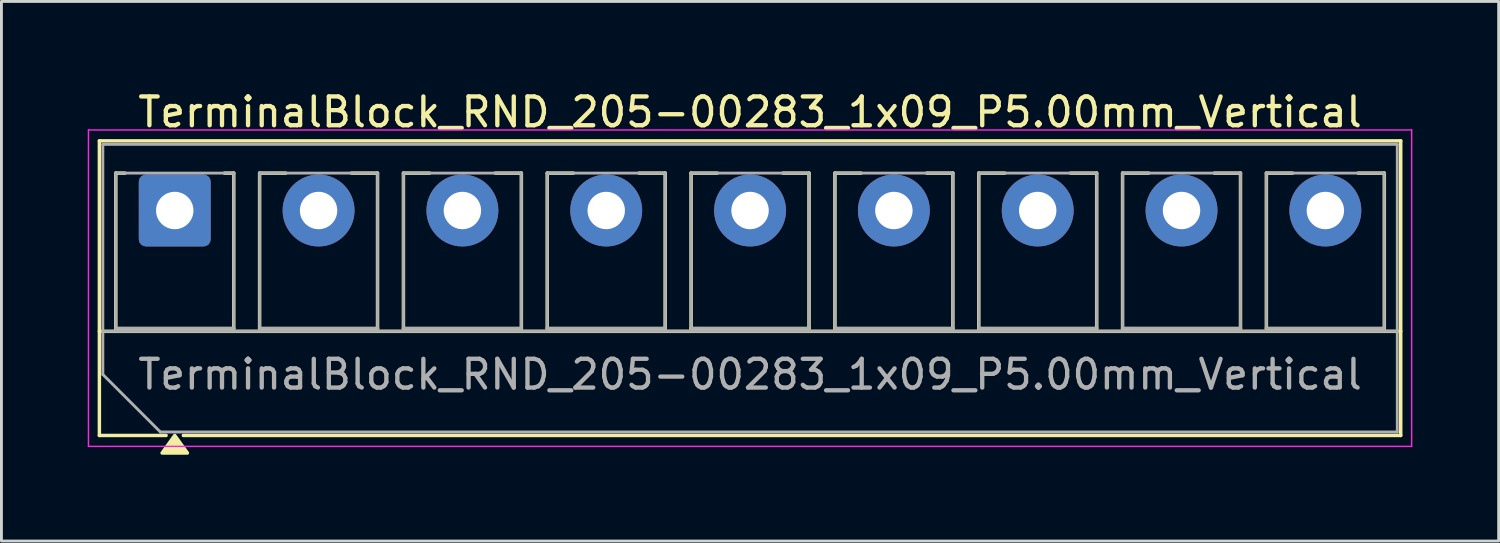
<source format=kicad_pcb>
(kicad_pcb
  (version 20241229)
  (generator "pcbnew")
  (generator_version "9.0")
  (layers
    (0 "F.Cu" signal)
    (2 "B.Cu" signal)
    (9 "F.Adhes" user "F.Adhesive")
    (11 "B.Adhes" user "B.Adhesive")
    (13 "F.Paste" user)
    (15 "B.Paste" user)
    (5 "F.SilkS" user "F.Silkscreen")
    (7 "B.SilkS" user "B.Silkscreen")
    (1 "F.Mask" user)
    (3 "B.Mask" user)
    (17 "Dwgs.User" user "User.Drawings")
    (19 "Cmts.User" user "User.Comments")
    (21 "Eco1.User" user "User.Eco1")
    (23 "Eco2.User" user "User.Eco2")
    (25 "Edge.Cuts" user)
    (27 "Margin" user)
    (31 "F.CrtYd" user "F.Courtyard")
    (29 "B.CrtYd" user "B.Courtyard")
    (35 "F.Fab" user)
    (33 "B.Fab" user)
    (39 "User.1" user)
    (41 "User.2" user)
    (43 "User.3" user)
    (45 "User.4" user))
  (footprint "TerminalBlock_RND_205-00283_1x09_P5.00mm_Vertical"
    (layer "F.Cu")
    (at 3.025 4.268)
    (property "Reference" "TerminalBlock_RND_205-00283_1x09_P5.00mm_Vertical" (at 20 -3.42 0) (layer "F.SilkS") (effects (font (size 1 1) (thickness 0.15))))
    (attr through_hole)
    (fp_line (start -2.62 -2.42) (end 42.62 -2.42) (stroke (width 0.12) (type solid)) (layer "F.SilkS"))
    (fp_line (start -2.62 4.2) (end 42.62 4.2) (stroke (width 0.12) (type solid)) (layer "F.SilkS"))
    (fp_line (start -2.62 7.82) (end -2.62 -2.42) (stroke (width 0.12) (type solid)) (layer "F.SilkS"))
    (fp_line (start -2.05 -1.3) (end -1.73 -1.3) (stroke (width 0.12) (type solid)) (layer "F.SilkS"))
    (fp_line (start -2.05 4.1) (end -2.05 -1.3) (stroke (width 0.12) (type solid)) (layer "F.SilkS"))
    (fp_line (start -0.3 7.82) (end -2.62 7.82) (stroke (width 0.12) (type solid)) (layer "F.SilkS"))
    (fp_line (start 1.73 -1.3) (end 2.05 -1.3) (stroke (width 0.12) (type solid)) (layer "F.SilkS"))
    (fp_line (start 2.05 -1.3) (end 2.05 4.1) (stroke (width 0.12) (type solid)) (layer "F.SilkS"))
    (fp_line (start 2.05 4.1) (end -2.05 4.1) (stroke (width 0.12) (type solid)) (layer "F.SilkS"))
    (fp_line (start 2.95 -1.3) (end 3.859 -1.3) (stroke (width 0.12) (type solid)) (layer "F.SilkS"))
    (fp_line (start 2.95 4.1) (end 2.95 -1.3) (stroke (width 0.12) (type solid)) (layer "F.SilkS"))
    (fp_line (start 6.141 -1.3) (end 7.05 -1.3) (stroke (width 0.12) (type solid)) (layer "F.SilkS"))
    (fp_line (start 7.05 -1.3) (end 7.05 4.1) (stroke (width 0.12) (type solid)) (layer "F.SilkS"))
    (fp_line (start 7.05 4.1) (end 2.95 4.1) (stroke (width 0.12) (type solid)) (layer "F.SilkS"))
    (fp_line (start 7.95 -1.3) (end 8.859 -1.3) (stroke (width 0.12) (type solid)) (layer "F.SilkS"))
    (fp_line (start 7.95 4.1) (end 7.95 -1.3) (stroke (width 0.12) (type solid)) (layer "F.SilkS"))
    (fp_line (start 11.141 -1.3) (end 12.05 -1.3) (stroke (width 0.12) (type solid)) (layer "F.SilkS"))
    (fp_line (start 12.05 -1.3) (end 12.05 4.1) (stroke (width 0.12) (type solid)) (layer "F.SilkS"))
    (fp_line (start 12.05 4.1) (end 7.95 4.1) (stroke (width 0.12) (type solid)) (layer "F.SilkS"))
    (fp_line (start 12.95 -1.3) (end 13.859 -1.3) (stroke (width 0.12) (type solid)) (layer "F.SilkS"))
    (fp_line (start 12.95 4.1) (end 12.95 -1.3) (stroke (width 0.12) (type solid)) (layer "F.SilkS"))
    (fp_line (start 16.141 -1.3) (end 17.05 -1.3) (stroke (width 0.12) (type solid)) (layer "F.SilkS"))
    (fp_line (start 17.05 -1.3) (end 17.05 4.1) (stroke (width 0.12) (type solid)) (layer "F.SilkS"))
    (fp_line (start 17.05 4.1) (end 12.95 4.1) (stroke (width 0.12) (type solid)) (layer "F.SilkS"))
    (fp_line (start 17.95 -1.3) (end 18.859 -1.3) (stroke (width 0.12) (type solid)) (layer "F.SilkS"))
    (fp_line (start 17.95 4.1) (end 17.95 -1.3) (stroke (width 0.12) (type solid)) (layer "F.SilkS"))
    (fp_line (start 21.141 -1.3) (end 22.05 -1.3) (stroke (width 0.12) (type solid)) (layer "F.SilkS"))
    (fp_line (start 22.05 -1.3) (end 22.05 4.1) (stroke (width 0.12) (type solid)) (layer "F.SilkS"))
    (fp_line (start 22.05 4.1) (end 17.95 4.1) (stroke (width 0.12) (type solid)) (layer "F.SilkS"))
    (fp_line (start 22.95 -1.3) (end 23.859 -1.3) (stroke (width 0.12) (type solid)) (layer "F.SilkS"))
    (fp_line (start 22.95 4.1) (end 22.95 -1.3) (stroke (width 0.12) (type solid)) (layer "F.SilkS"))
    (fp_line (start 26.141 -1.3) (end 27.05 -1.3) (stroke (width 0.12) (type solid)) (layer "F.SilkS"))
    (fp_line (start 27.05 -1.3) (end 27.05 4.1) (stroke (width 0.12) (type solid)) (layer "F.SilkS"))
    (fp_line (start 27.05 4.1) (end 22.95 4.1) (stroke (width 0.12) (type solid)) (layer "F.SilkS"))
    (fp_line (start 27.95 -1.3) (end 28.859 -1.3) (stroke (width 0.12) (type solid)) (layer "F.SilkS"))
    (fp_line (start 27.95 4.1) (end 27.95 -1.3) (stroke (width 0.12) (type solid)) (layer "F.SilkS"))
    (fp_line (start 31.141 -1.3) (end 32.05 -1.3) (stroke (width 0.12) (type solid)) (layer "F.SilkS"))
    (fp_line (start 32.05 -1.3) (end 32.05 4.1) (stroke (width 0.12) (type solid)) (layer "F.SilkS"))
    (fp_line (start 32.05 4.1) (end 27.95 4.1) (stroke (width 0.12) (type solid)) (layer "F.SilkS"))
    (fp_line (start 32.95 -1.3) (end 33.859 -1.3) (stroke (width 0.12) (type solid)) (layer "F.SilkS"))
    (fp_line (start 32.95 4.1) (end 32.95 -1.3) (stroke (width 0.12) (type solid)) (layer "F.SilkS"))
    (fp_line (start 36.141 -1.3) (end 37.05 -1.3) (stroke (width 0.12) (type solid)) (layer "F.SilkS"))
    (fp_line (start 37.05 -1.3) (end 37.05 4.1) (stroke (width 0.12) (type solid)) (layer "F.SilkS"))
    (fp_line (start 37.05 4.1) (end 32.95 4.1) (stroke (width 0.12) (type solid)) (layer "F.SilkS"))
    (fp_line (start 37.95 -1.3) (end 38.859 -1.3) (stroke (width 0.12) (type solid)) (layer "F.SilkS"))
    (fp_line (start 37.95 4.1) (end 37.95 -1.3) (stroke (width 0.12) (type solid)) (layer "F.SilkS"))
    (fp_line (start 41.141 -1.3) (end 42.05 -1.3) (stroke (width 0.12) (type solid)) (layer "F.SilkS"))
    (fp_line (start 42.05 -1.3) (end 42.05 4.1) (stroke (width 0.12) (type solid)) (layer "F.SilkS"))
    (fp_line (start 42.05 4.1) (end 37.95 4.1) (stroke (width 0.12) (type solid)) (layer "F.SilkS"))
    (fp_line (start 42.62 -2.42) (end 42.62 7.82) (stroke (width 0.12) (type solid)) (layer "F.SilkS"))
    (fp_line (start 42.62 7.82) (end 0.3 7.82) (stroke (width 0.12) (type solid)) (layer "F.SilkS"))
    (fp_poly (pts (xy 0 7.82) (xy 0.44 8.43) (xy -0.44 8.43)) (stroke (width 0.12) (type solid)) (fill yes) (layer "F.SilkS"))
    (fp_line (start -3 -2.8) (end -3 8.2) (stroke (width 0.05) (type solid)) (layer "F.CrtYd"))
    (fp_line (start -3 8.2) (end 43 8.2) (stroke (width 0.05) (type solid)) (layer "F.CrtYd"))
    (fp_line (start 43 -2.8) (end -3 -2.8) (stroke (width 0.05) (type solid)) (layer "F.CrtYd"))
    (fp_line (start 43 8.2) (end 43 -2.8) (stroke (width 0.05) (type solid)) (layer "F.CrtYd"))
    (fp_line (start -2.5 -2.3) (end 42.5 -2.3) (stroke (width 0.1) (type solid)) (layer "F.Fab"))
    (fp_line (start -2.5 4.2) (end 42.5 4.2) (stroke (width 0.1) (type solid)) (layer "F.Fab"))
    (fp_line (start -2.5 5.7) (end -2.5 -2.3) (stroke (width 0.1) (type solid)) (layer "F.Fab"))
    (fp_line (start -2.05 -1.3) (end -2.05 4.1) (stroke (width 0.1) (type solid)) (layer "F.Fab"))
    (fp_line (start -2.05 4.1) (end 2.05 4.1) (stroke (width 0.1) (type solid)) (layer "F.Fab"))
    (fp_line (start -0.5 7.7) (end -2.5 5.7) (stroke (width 0.1) (type solid)) (layer "F.Fab"))
    (fp_line (start 2.05 -1.3) (end -2.05 -1.3) (stroke (width 0.1) (type solid)) (layer "F.Fab"))
    (fp_line (start 2.05 4.1) (end 2.05 -1.3) (stroke (width 0.1) (type solid)) (layer "F.Fab"))
    (fp_line (start 2.95 -1.3) (end 2.95 4.1) (stroke (width 0.1) (type solid)) (layer "F.Fab"))
    (fp_line (start 2.95 4.1) (end 7.05 4.1) (stroke (width 0.1) (type solid)) (layer "F.Fab"))
    (fp_line (start 7.05 -1.3) (end 2.95 -1.3) (stroke (width 0.1) (type solid)) (layer "F.Fab"))
    (fp_line (start 7.05 4.1) (end 7.05 -1.3) (stroke (width 0.1) (type solid)) (layer "F.Fab"))
    (fp_line (start 7.95 -1.3) (end 7.95 4.1) (stroke (width 0.1) (type solid)) (layer "F.Fab"))
    (fp_line (start 7.95 4.1) (end 12.05 4.1) (stroke (width 0.1) (type solid)) (layer "F.Fab"))
    (fp_line (start 12.05 -1.3) (end 7.95 -1.3) (stroke (width 0.1) (type solid)) (layer "F.Fab"))
    (fp_line (start 12.05 4.1) (end 12.05 -1.3) (stroke (width 0.1) (type solid)) (layer "F.Fab"))
    (fp_line (start 12.95 -1.3) (end 12.95 4.1) (stroke (width 0.1) (type solid)) (layer "F.Fab"))
    (fp_line (start 12.95 4.1) (end 17.05 4.1) (stroke (width 0.1) (type solid)) (layer "F.Fab"))
    (fp_line (start 17.05 -1.3) (end 12.95 -1.3) (stroke (width 0.1) (type solid)) (layer "F.Fab"))
    (fp_line (start 17.05 4.1) (end 17.05 -1.3) (stroke (width 0.1) (type solid)) (layer "F.Fab"))
    (fp_line (start 17.95 -1.3) (end 17.95 4.1) (stroke (width 0.1) (type solid)) (layer "F.Fab"))
    (fp_line (start 17.95 4.1) (end 22.05 4.1) (stroke (width 0.1) (type solid)) (layer "F.Fab"))
    (fp_line (start 22.05 -1.3) (end 17.95 -1.3) (stroke (width 0.1) (type solid)) (layer "F.Fab"))
    (fp_line (start 22.05 4.1) (end 22.05 -1.3) (stroke (width 0.1) (type solid)) (layer "F.Fab"))
    (fp_line (start 22.95 -1.3) (end 22.95 4.1) (stroke (width 0.1) (type solid)) (layer "F.Fab"))
    (fp_line (start 22.95 4.1) (end 27.05 4.1) (stroke (width 0.1) (type solid)) (layer "F.Fab"))
    (fp_line (start 27.05 -1.3) (end 22.95 -1.3) (stroke (width 0.1) (type solid)) (layer "F.Fab"))
    (fp_line (start 27.05 4.1) (end 27.05 -1.3) (stroke (width 0.1) (type solid)) (layer "F.Fab"))
    (fp_line (start 27.95 -1.3) (end 27.95 4.1) (stroke (width 0.1) (type solid)) (layer "F.Fab"))
    (fp_line (start 27.95 4.1) (end 32.05 4.1) (stroke (width 0.1) (type solid)) (layer "F.Fab"))
    (fp_line (start 32.05 -1.3) (end 27.95 -1.3) (stroke (width 0.1) (type solid)) (layer "F.Fab"))
    (fp_line (start 32.05 4.1) (end 32.05 -1.3) (stroke (width 0.1) (type solid)) (layer "F.Fab"))
    (fp_line (start 32.95 -1.3) (end 32.95 4.1) (stroke (width 0.1) (type solid)) (layer "F.Fab"))
    (fp_line (start 32.95 4.1) (end 37.05 4.1) (stroke (width 0.1) (type solid)) (layer "F.Fab"))
    (fp_line (start 37.05 -1.3) (end 32.95 -1.3) (stroke (width 0.1) (type solid)) (layer "F.Fab"))
    (fp_line (start 37.05 4.1) (end 37.05 -1.3) (stroke (width 0.1) (type solid)) (layer "F.Fab"))
    (fp_line (start 37.95 -1.3) (end 37.95 4.1) (stroke (width 0.1) (type solid)) (layer "F.Fab"))
    (fp_line (start 37.95 4.1) (end 42.05 4.1) (stroke (width 0.1) (type solid)) (layer "F.Fab"))
    (fp_line (start 42.05 -1.3) (end 37.95 -1.3) (stroke (width 0.1) (type solid)) (layer "F.Fab"))
    (fp_line (start 42.05 4.1) (end 42.05 -1.3) (stroke (width 0.1) (type solid)) (layer "F.Fab"))
    (fp_line (start 42.5 -2.3) (end 42.5 7.7) (stroke (width 0.1) (type solid)) (layer "F.Fab"))
    (fp_line (start 42.5 7.7) (end -0.5 7.7) (stroke (width 0.1) (type solid)) (layer "F.Fab"))
    (fp_text user "${REFERENCE}" (at 20 5.7 0) (layer "F.Fab") (effects (font (size 1 1) (thickness 0.15))))
    (pad "1" thru_hole roundrect (at 0 0) (size 2.5 2.5) (drill 1.3) (layers "*.Cu" "*.Mask") (roundrect_rratio 0.1))
    (pad "2" thru_hole circle (at 5 0) (size 2.5 2.5) (drill 1.3) (layers "*.Cu" "*.Mask"))
    (pad "3" thru_hole circle (at 10 0) (size 2.5 2.5) (drill 1.3) (layers "*.Cu" "*.Mask"))
    (pad "4" thru_hole circle (at 15 0) (size 2.5 2.5) (drill 1.3) (layers "*.Cu" "*.Mask"))
    (pad "5" thru_hole circle (at 20 0) (size 2.5 2.5) (drill 1.3) (layers "*.Cu" "*.Mask"))
    (pad "6" thru_hole circle (at 25 0) (size 2.5 2.5) (drill 1.3) (layers "*.Cu" "*.Mask"))
    (pad "7" thru_hole circle (at 30 0) (size 2.5 2.5) (drill 1.3) (layers "*.Cu" "*.Mask"))
    (pad "8" thru_hole circle (at 35 0) (size 2.5 2.5) (drill 1.3) (layers "*.Cu" "*.Mask"))
    (pad "9" thru_hole circle (at 40 0) (size 2.5 2.5) (drill 1.3) (layers "*.Cu" "*.Mask")))
  (gr_rect
    (start -3 -3)
    (end 49.05 15.758)
    (stroke (width 0.1) (type default))
    (fill no)
    (layer "Edge.Cuts")))
</source>
